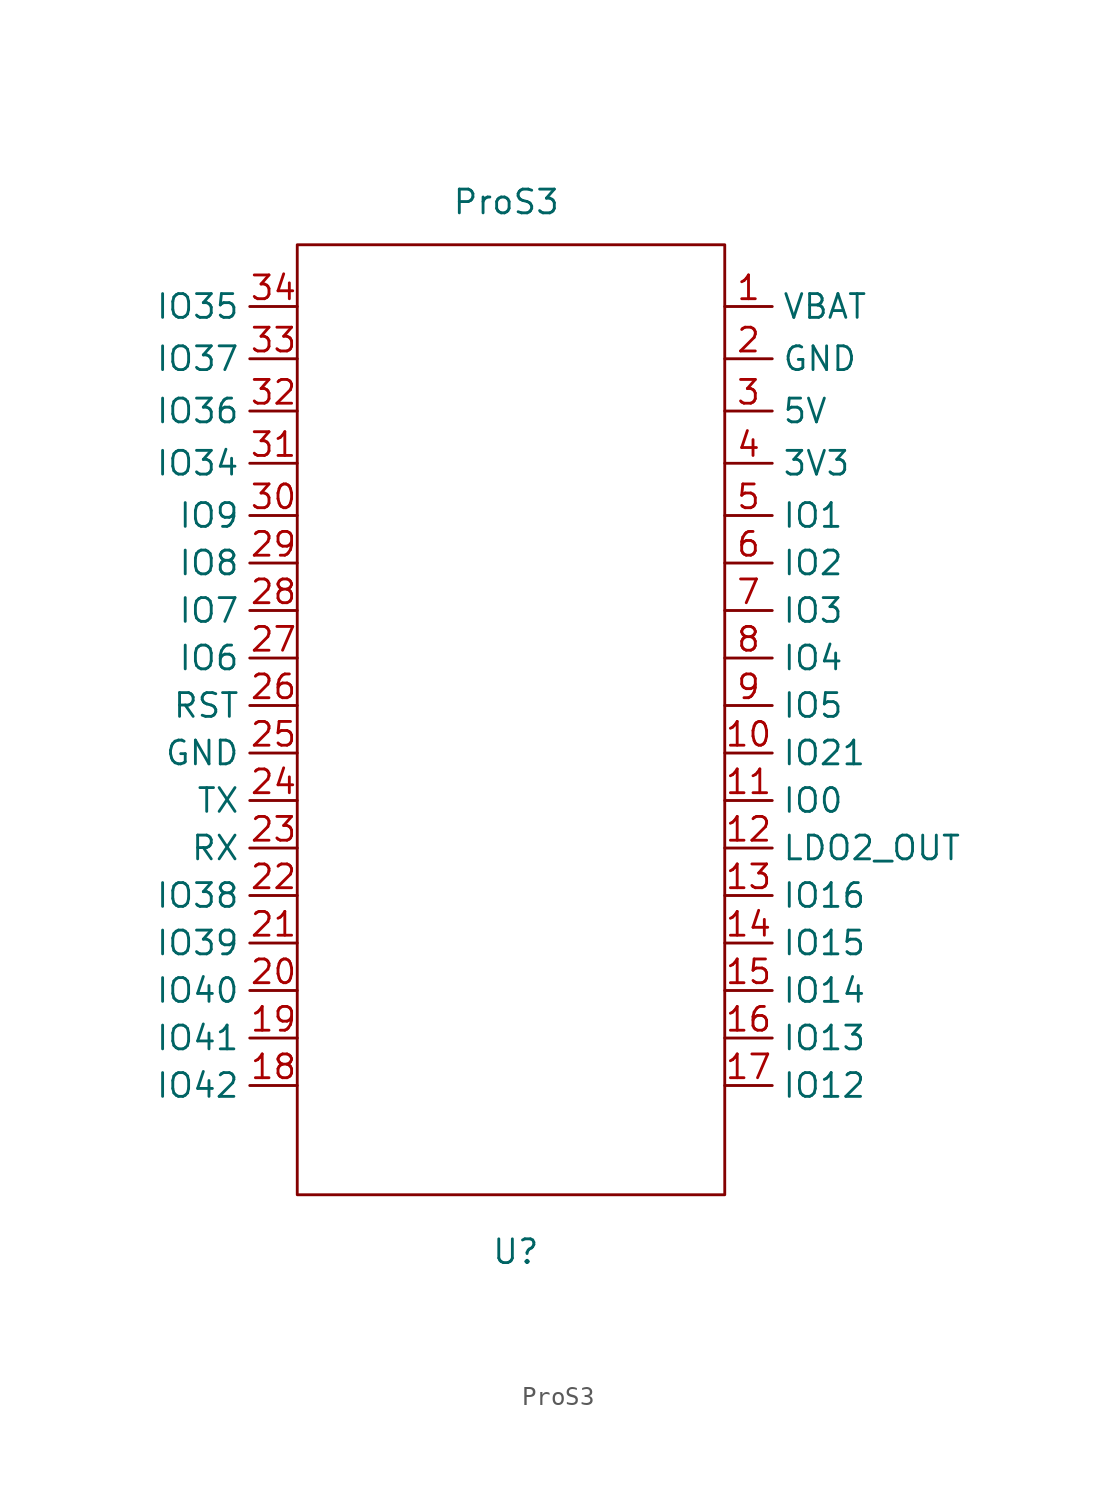
<source format=kicad_sym>
(kicad_symbol_lib
  (version 20211014)
  (generator kicad_symbol_editor)
  (symbol "ProS3"
    (property "Reference" "U"
      (at 0 -34.29 0)
      (effects (font (size 1.27 1.27))))
    (property "Value" "ProS3"
      (at -0.508 21.844 0)
      (effects (font (size 1.27 1.27))))
    (symbol "ProS3_0_1"
      (rectangle (start -11.684 19.558) (end 11.176 -31.242) (stroke (width 0.152) (type default) (color 0 0 0 0)) (fill (type none))))
    (symbol "ProS3_1_1"
      (pin power_in line (at 11.176 16.256 0) (length 2.54) (name "VBAT" (effects (font (size 1.27 1.27)))) (number "1" (effects (font (size 1.27 1.27)))))
      (pin bidirectional line (at 11.176 -7.62 0) (length 2.54) (name "IO21" (effects (font (size 1.27 1.27)))) (number "10" (effects (font (size 1.27 1.27)))))
      (pin bidirectional line (at 11.176 -10.16 0) (length 2.54) (name "IO0" (effects (font (size 1.27 1.27)))) (number "11" (effects (font (size 1.27 1.27)))))
      (pin power_out line (at 11.176 -12.7 0) (length 2.54) (name "LDO2_OUT" (effects (font (size 1.27 1.27)))) (number "12" (effects (font (size 1.27 1.27)))))
      (pin bidirectional line (at 11.176 -15.24 0) (length 2.54) (name "IO16" (effects (font (size 1.27 1.27)))) (number "13" (effects (font (size 1.27 1.27)))))
      (pin bidirectional line (at 11.176 -17.78 0) (length 2.54) (name "IO15" (effects (font (size 1.27 1.27)))) (number "14" (effects (font (size 1.27 1.27)))))
      (pin bidirectional line (at 11.176 -20.32 0) (length 2.54) (name "IO14" (effects (font (size 1.27 1.27)))) (number "15" (effects (font (size 1.27 1.27)))))
      (pin bidirectional line (at 11.176 -22.86 0) (length 2.54) (name "IO13" (effects (font (size 1.27 1.27)))) (number "16" (effects (font (size 1.27 1.27)))))
      (pin bidirectional line (at 11.176 -25.4 0) (length 2.54) (name "IO12" (effects (font (size 1.27 1.27)))) (number "17" (effects (font (size 1.27 1.27)))))
      (pin bidirectional line (at -11.684 -25.4 180) (length 2.54) (name "IO42" (effects (font (size 1.27 1.27)))) (number "18" (effects (font (size 1.27 1.27)))))
      (pin bidirectional line (at -11.684 -22.86 180) (length 2.54) (name "IO41" (effects (font (size 1.27 1.27)))) (number "19" (effects (font (size 1.27 1.27)))))
      (pin power_in line (at 11.176 13.462 0) (length 2.54) (name "GND" (effects (font (size 1.27 1.27)))) (number "2" (effects (font (size 1.27 1.27)))))
      (pin bidirectional line (at -11.684 -20.32 180) (length 2.54) (name "IO40" (effects (font (size 1.27 1.27)))) (number "20" (effects (font (size 1.27 1.27)))))
      (pin bidirectional line (at -11.684 -17.78 180) (length 2.54) (name "IO39" (effects (font (size 1.27 1.27)))) (number "21" (effects (font (size 1.27 1.27)))))
      (pin bidirectional line (at -11.684 -15.24 180) (length 2.54) (name "IO38" (effects (font (size 1.27 1.27)))) (number "22" (effects (font (size 1.27 1.27)))))
      (pin bidirectional line (at -11.684 -12.7 180) (length 2.54) (name "RX" (effects (font (size 1.27 1.27)))) (number "23" (effects (font (size 1.27 1.27)))))
      (pin bidirectional line (at -11.684 -10.16 180) (length 2.54) (name "TX" (effects (font (size 1.27 1.27)))) (number "24" (effects (font (size 1.27 1.27)))))
      (pin power_in line (at -11.684 -7.62 180) (length 2.54) (name "GND" (effects (font (size 1.27 1.27)))) (number "25" (effects (font (size 1.27 1.27)))))
      (pin input line (at -11.684 -5.08 180) (length 2.54) (name "RST" (effects (font (size 1.27 1.27)))) (number "26" (effects (font (size 1.27 1.27)))))
      (pin bidirectional line (at -11.684 -2.54 180) (length 2.54) (name "IO6" (effects (font (size 1.27 1.27)))) (number "27" (effects (font (size 1.27 1.27)))))
      (pin bidirectional line (at -11.684 0 180) (length 2.54) (name "IO7" (effects (font (size 1.27 1.27)))) (number "28" (effects (font (size 1.27 1.27)))))
      (pin bidirectional line (at -11.684 2.54 180) (length 2.54) (name "IO8" (effects (font (size 1.27 1.27)))) (number "29" (effects (font (size 1.27 1.27)))))
      (pin power_in line (at 11.176 10.668 0) (length 2.54) (name "5V" (effects (font (size 1.27 1.27)))) (number "3" (effects (font (size 1.27 1.27)))))
      (pin bidirectional line (at -11.684 5.08 180) (length 2.54) (name "IO9" (effects (font (size 1.27 1.27)))) (number "30" (effects (font (size 1.27 1.27)))))
      (pin bidirectional line (at -11.684 7.874 180) (length 2.54) (name "IO34" (effects (font (size 1.27 1.27)))) (number "31" (effects (font (size 1.27 1.27)))))
      (pin bidirectional line (at -11.684 10.668 180) (length 2.54) (name "IO36" (effects (font (size 1.27 1.27)))) (number "32" (effects (font (size 1.27 1.27)))))
      (pin bidirectional line (at -11.684 13.462 180) (length 2.54) (name "IO37" (effects (font (size 1.27 1.27)))) (number "33" (effects (font (size 1.27 1.27)))))
      (pin bidirectional line (at -11.684 16.256 180) (length 2.54) (name "IO35" (effects (font (size 1.27 1.27)))) (number "34" (effects (font (size 1.27 1.27)))))
      (pin power_in line (at 11.176 7.874 0) (length 2.54) (name "3V3" (effects (font (size 1.27 1.27)))) (number "4" (effects (font (size 1.27 1.27)))))
      (pin bidirectional line (at 11.176 5.08 0) (length 2.54) (name "IO1" (effects (font (size 1.27 1.27)))) (number "5" (effects (font (size 1.27 1.27)))))
      (pin bidirectional line (at 11.176 2.54 0) (length 2.54) (name "IO2" (effects (font (size 1.27 1.27)))) (number "6" (effects (font (size 1.27 1.27)))))
      (pin bidirectional line (at 11.176 0 0) (length 2.54) (name "IO3" (effects (font (size 1.27 1.27)))) (number "7" (effects (font (size 1.27 1.27)))))
      (pin bidirectional line (at 11.176 -2.54 0) (length 2.54) (name "IO4" (effects (font (size 1.27 1.27)))) (number "8" (effects (font (size 1.27 1.27)))))
      (pin bidirectional line (at 11.176 -5.08 0) (length 2.54) (name "IO5" (effects (font (size 1.27 1.27)))) (number "9" (effects (font (size 1.27 1.27))))))))
</source>
